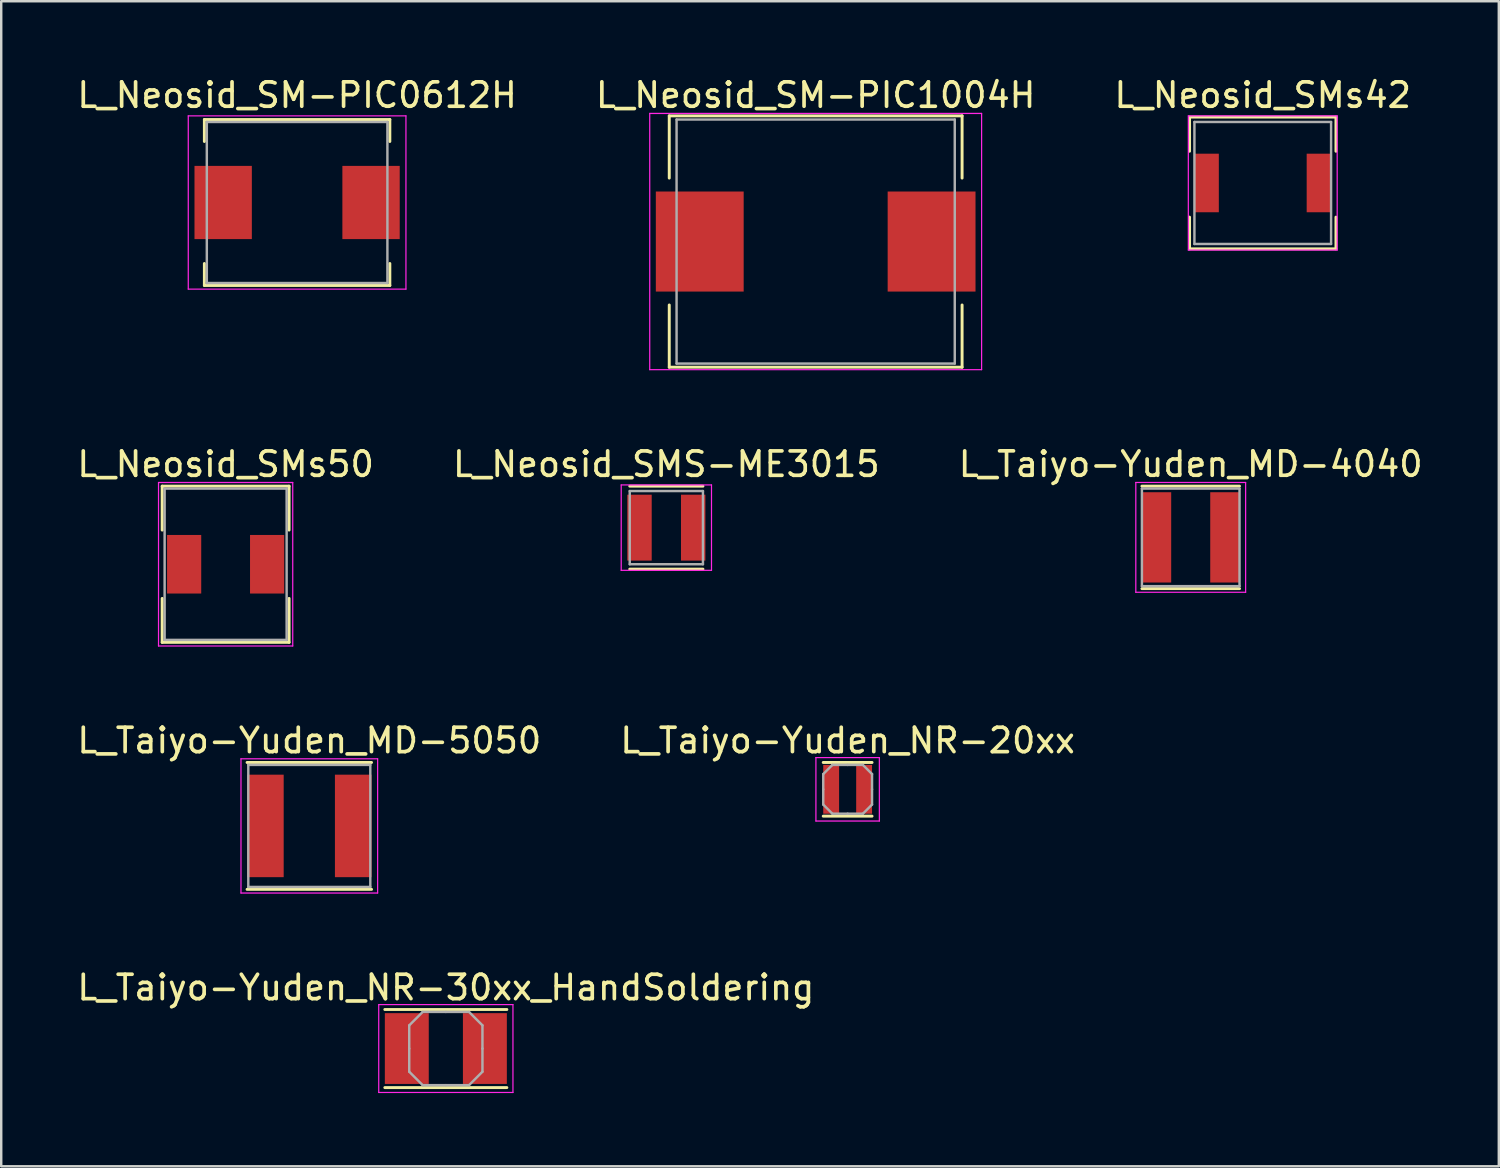
<source format=kicad_pcb>
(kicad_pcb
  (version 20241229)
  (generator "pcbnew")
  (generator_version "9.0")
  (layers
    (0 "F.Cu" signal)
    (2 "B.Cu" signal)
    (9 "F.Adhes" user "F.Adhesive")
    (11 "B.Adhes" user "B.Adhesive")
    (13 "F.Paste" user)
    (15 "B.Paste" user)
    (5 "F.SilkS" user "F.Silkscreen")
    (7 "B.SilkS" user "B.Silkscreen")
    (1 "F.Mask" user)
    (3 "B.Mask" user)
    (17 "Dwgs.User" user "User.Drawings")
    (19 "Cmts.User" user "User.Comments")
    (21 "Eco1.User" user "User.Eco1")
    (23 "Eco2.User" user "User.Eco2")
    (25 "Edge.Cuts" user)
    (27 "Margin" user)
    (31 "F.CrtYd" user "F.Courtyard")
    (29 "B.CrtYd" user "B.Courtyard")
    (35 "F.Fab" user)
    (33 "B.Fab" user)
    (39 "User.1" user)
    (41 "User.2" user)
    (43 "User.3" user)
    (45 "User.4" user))
  (footprint "L_Neosid_SMS-ME3015"
    (layer "F.Cu")
    (at 24.256 18.572)
    (property "Reference" "L_Neosid_SMS-ME3015" (at 0 -2.6 0) (layer "F.SilkS") (effects (font (size 1 1) (thickness 0.15))))
    (attr smd)
    (fp_line (start 1.5 -1.7) (end -1.5 -1.7) (stroke (width 0.12) (type solid)) (layer "F.SilkS"))
    (fp_line (start 1.5 1.7) (end -1.5 1.7) (stroke (width 0.12) (type solid)) (layer "F.SilkS"))
    (fp_line (start -1.85 -1.75) (end -1.85 1.75) (stroke (width 0.05) (type solid)) (layer "F.CrtYd"))
    (fp_line (start -1.85 -1.75) (end 1.85 -1.75) (stroke (width 0.05) (type solid)) (layer "F.CrtYd"))
    (fp_line (start 1.85 1.75) (end -1.85 1.75) (stroke (width 0.05) (type solid)) (layer "F.CrtYd"))
    (fp_line (start 1.85 1.75) (end 1.85 -1.75) (stroke (width 0.05) (type solid)) (layer "F.CrtYd"))
    (fp_line (start -1.5 -1.5) (end -1.5 1.5) (stroke (width 0.1) (type solid)) (layer "F.Fab"))
    (fp_line (start -1.5 1.5) (end 1.5 1.5) (stroke (width 0.1) (type solid)) (layer "F.Fab"))
    (fp_line (start 1.5 -1.5) (end -1.5 -1.5) (stroke (width 0.1) (type solid)) (layer "F.Fab"))
    (fp_line (start 1.5 1.5) (end 1.5 -1.5) (stroke (width 0.1) (type solid)) (layer "F.Fab"))
    (pad "1" smd rect (at -1.1 0) (size 1 2.7) (layers "F.Cu" "F.Mask" "F.Paste"))
    (pad "2" smd rect (at 1.1 0) (size 1 2.7) (layers "F.Cu" "F.Mask" "F.Paste")))
  (footprint "L_Neosid_SM-PIC0612H"
    (layer "F.Cu")
    (at 9.125 5.248)
    (property "Reference" "L_Neosid_SM-PIC0612H" (at 0 -4.4 0) (layer "F.SilkS") (effects (font (size 1 1) (thickness 0.15))))
    (attr smd)
    (fp_line (start -3.8 -3.4) (end -3.8 -2.5) (stroke (width 0.12) (type solid)) (layer "F.SilkS"))
    (fp_line (start -3.8 2.5) (end -3.8 3.4) (stroke (width 0.12) (type solid)) (layer "F.SilkS"))
    (fp_line (start -3.8 3.4) (end 3.8 3.4) (stroke (width 0.12) (type solid)) (layer "F.SilkS"))
    (fp_line (start 3.8 -3.4) (end -3.8 -3.4) (stroke (width 0.12) (type solid)) (layer "F.SilkS"))
    (fp_line (start 3.8 -2.5) (end 3.8 -3.4) (stroke (width 0.12) (type solid)) (layer "F.SilkS"))
    (fp_line (start 3.8 3.4) (end 3.8 2.5) (stroke (width 0.12) (type solid)) (layer "F.SilkS"))
    (fp_line (start -4.46 -3.55) (end -4.46 3.55) (stroke (width 0.05) (type solid)) (layer "F.CrtYd"))
    (fp_line (start -4.46 -3.55) (end 4.46 -3.55) (stroke (width 0.05) (type solid)) (layer "F.CrtYd"))
    (fp_line (start 4.46 3.55) (end -4.46 3.55) (stroke (width 0.05) (type solid)) (layer "F.CrtYd"))
    (fp_line (start 4.46 3.55) (end 4.46 -3.55) (stroke (width 0.05) (type solid)) (layer "F.CrtYd"))
    (fp_line (start -3.7 -3.3) (end 3.7 -3.3) (stroke (width 0.1) (type solid)) (layer "F.Fab"))
    (fp_line (start -3.7 3.3) (end -3.7 -3.3) (stroke (width 0.1) (type solid)) (layer "F.Fab"))
    (fp_line (start 3.7 -3.3) (end 3.7 3.3) (stroke (width 0.1) (type solid)) (layer "F.Fab"))
    (fp_line (start 3.7 3.3) (end -3.7 3.3) (stroke (width 0.1) (type solid)) (layer "F.Fab"))
    (pad "1" smd rect (at -3.03 0) (size 2.35 3) (layers "F.Cu" "F.Mask" "F.Paste"))
    (pad "2" smd rect (at 3.03 0) (size 2.35 3) (layers "F.Cu" "F.Mask" "F.Paste")))
  (footprint "L_Taiyo-Yuden_NR-30xx_HandSoldering"
    (layer "F.Cu")
    (at 15.22 39.918)
    (property "Reference" "L_Taiyo-Yuden_NR-30xx_HandSoldering" (at 0 -2.5 0) (layer "F.SilkS") (effects (font (size 1 1) (thickness 0.15))))
    (attr smd)
    (fp_line (start -2.5 -1.6) (end 2.5 -1.6) (stroke (width 0.12) (type solid)) (layer "F.SilkS"))
    (fp_line (start -2.5 1.6) (end 2.5 1.6) (stroke (width 0.12) (type solid)) (layer "F.SilkS"))
    (fp_line (start -2.75 -1.8) (end -2.75 1.8) (stroke (width 0.05) (type solid)) (layer "F.CrtYd"))
    (fp_line (start -2.75 1.8) (end 2.75 1.8) (stroke (width 0.05) (type solid)) (layer "F.CrtYd"))
    (fp_line (start 2.75 -1.8) (end -2.75 -1.8) (stroke (width 0.05) (type solid)) (layer "F.CrtYd"))
    (fp_line (start 2.75 1.8) (end 2.75 -1.8) (stroke (width 0.05) (type solid)) (layer "F.CrtYd"))
    (fp_line (start -1.5 -0.95) (end -0.95 -1.5) (stroke (width 0.1) (type solid)) (layer "F.Fab"))
    (fp_line (start -1.5 0) (end -1.5 -0.95) (stroke (width 0.1) (type solid)) (layer "F.Fab"))
    (fp_line (start -1.5 0) (end -1.5 0.95) (stroke (width 0.1) (type solid)) (layer "F.Fab"))
    (fp_line (start -1.5 0.95) (end -0.95 1.5) (stroke (width 0.1) (type solid)) (layer "F.Fab"))
    (fp_line (start -0.95 -1.5) (end 0 -1.5) (stroke (width 0.1) (type solid)) (layer "F.Fab"))
    (fp_line (start -0.95 1.5) (end 0 1.5) (stroke (width 0.1) (type solid)) (layer "F.Fab"))
    (fp_line (start 0.95 -1.5) (end 0 -1.5) (stroke (width 0.1) (type solid)) (layer "F.Fab"))
    (fp_line (start 0.95 1.5) (end 0 1.5) (stroke (width 0.1) (type solid)) (layer "F.Fab"))
    (fp_line (start 1.5 -0.95) (end 0.95 -1.5) (stroke (width 0.1) (type solid)) (layer "F.Fab"))
    (fp_line (start 1.5 0) (end 1.5 -0.95) (stroke (width 0.1) (type solid)) (layer "F.Fab"))
    (fp_line (start 1.5 0) (end 1.5 0.95) (stroke (width 0.1) (type solid)) (layer "F.Fab"))
    (fp_line (start 1.5 0.95) (end 0.95 1.5) (stroke (width 0.1) (type solid)) (layer "F.Fab"))
    (pad "1" smd rect (at -1.6 0) (size 1.8 2.9) (layers "F.Cu" "F.Mask" "F.Paste"))
    (pad "2" smd rect (at 1.6 0) (size 1.8 2.9) (layers "F.Cu" "F.Mask" "F.Paste")))
  (footprint "L_Neosid_SMs50"
    (layer "F.Cu")
    (at 6.196 20.072)
    (property "Reference" "L_Neosid_SMs50" (at 0 -4.1 0) (layer "F.SilkS") (effects (font (size 1 1) (thickness 0.15))))
    (attr smd)
    (fp_line (start -2.6 -3.2) (end 2.6 -3.2) (stroke (width 0.12) (type solid)) (layer "F.SilkS"))
    (fp_line (start -2.6 -1.4) (end -2.6 -3.2) (stroke (width 0.12) (type solid)) (layer "F.SilkS"))
    (fp_line (start -2.6 3.2) (end -2.6 1.4) (stroke (width 0.12) (type solid)) (layer "F.SilkS"))
    (fp_line (start 2.6 -3.2) (end 2.6 -1.4) (stroke (width 0.12) (type solid)) (layer "F.SilkS"))
    (fp_line (start 2.6 1.4) (end 2.6 3.2) (stroke (width 0.12) (type solid)) (layer "F.SilkS"))
    (fp_line (start 2.6 3.2) (end -2.6 3.2) (stroke (width 0.12) (type solid)) (layer "F.SilkS"))
    (fp_line (start -2.75 -3.35) (end -2.75 3.35) (stroke (width 0.05) (type solid)) (layer "F.CrtYd"))
    (fp_line (start -2.75 -3.35) (end 2.75 -3.35) (stroke (width 0.05) (type solid)) (layer "F.CrtYd"))
    (fp_line (start 2.75 3.35) (end -2.75 3.35) (stroke (width 0.05) (type solid)) (layer "F.CrtYd"))
    (fp_line (start 2.75 3.35) (end 2.75 -3.35) (stroke (width 0.05) (type solid)) (layer "F.CrtYd"))
    (fp_line (start -2.5 -3.1) (end 2.5 -3.1) (stroke (width 0.1) (type solid)) (layer "F.Fab"))
    (fp_line (start -2.5 3.1) (end -2.5 -3.1) (stroke (width 0.1) (type solid)) (layer "F.Fab"))
    (fp_line (start 2.5 -3.1) (end 2.5 3.1) (stroke (width 0.1) (type solid)) (layer "F.Fab"))
    (fp_line (start 2.5 3.1) (end -2.5 3.1) (stroke (width 0.1) (type solid)) (layer "F.Fab"))
    (pad "1" smd rect (at -1.7 0) (size 1.4 2.4) (layers "F.Cu" "F.Mask" "F.Paste"))
    (pad "2" smd rect (at 1.7 0) (size 1.4 2.4) (layers "F.Cu" "F.Mask" "F.Paste")))
  (footprint "L_Taiyo-Yuden_MD-5050"
    (layer "F.Cu")
    (at 9.625 30.795)
    (property "Reference" "L_Taiyo-Yuden_MD-5050" (at 0 -3.5 0) (layer "F.SilkS") (effects (font (size 1 1) (thickness 0.15))))
    (attr smd)
    (fp_line (start -2.55 -2.6) (end 2.55 -2.6) (stroke (width 0.12) (type solid)) (layer "F.SilkS"))
    (fp_line (start -2.55 2.6) (end 2.55 2.6) (stroke (width 0.12) (type solid)) (layer "F.SilkS"))
    (fp_line (start -2.8 -2.75) (end -2.8 2.75) (stroke (width 0.05) (type solid)) (layer "F.CrtYd"))
    (fp_line (start -2.8 2.75) (end 2.8 2.75) (stroke (width 0.05) (type solid)) (layer "F.CrtYd"))
    (fp_line (start 2.8 -2.75) (end -2.8 -2.75) (stroke (width 0.05) (type solid)) (layer "F.CrtYd"))
    (fp_line (start 2.8 2.75) (end 2.8 -2.75) (stroke (width 0.05) (type solid)) (layer "F.CrtYd"))
    (fp_line (start -2.5 -2.5) (end -2.5 2.5) (stroke (width 0.1) (type solid)) (layer "F.Fab"))
    (fp_line (start -2.5 2.5) (end 2.5 2.5) (stroke (width 0.1) (type solid)) (layer "F.Fab"))
    (fp_line (start 2.5 -2.5) (end -2.5 -2.5) (stroke (width 0.1) (type solid)) (layer "F.Fab"))
    (fp_line (start 2.5 2.5) (end 2.5 -2.5) (stroke (width 0.1) (type solid)) (layer "F.Fab"))
    (pad "1" smd rect (at -1.8 0) (size 1.5 4.2) (layers "F.Cu" "F.Mask" "F.Paste"))
    (pad "2" smd rect (at 1.8 0) (size 1.5 4.2) (layers "F.Cu" "F.Mask" "F.Paste")))
  (footprint "L_Taiyo-Yuden_MD-4040"
    (layer "F.Cu")
    (at 45.744 18.971)
    (property "Reference" "L_Taiyo-Yuden_MD-4040" (at 0 -3 0) (layer "F.SilkS") (effects (font (size 1 1) (thickness 0.15))))
    (attr smd)
    (fp_line (start -2 -2.1) (end 2 -2.1) (stroke (width 0.12) (type solid)) (layer "F.SilkS"))
    (fp_line (start -2 2.1) (end 2 2.1) (stroke (width 0.12) (type solid)) (layer "F.SilkS"))
    (fp_line (start -2.25 -2.25) (end -2.25 2.25) (stroke (width 0.05) (type solid)) (layer "F.CrtYd"))
    (fp_line (start -2.25 2.25) (end 2.25 2.25) (stroke (width 0.05) (type solid)) (layer "F.CrtYd"))
    (fp_line (start 2.25 -2.25) (end -2.25 -2.25) (stroke (width 0.05) (type solid)) (layer "F.CrtYd"))
    (fp_line (start 2.25 2.25) (end 2.25 -2.25) (stroke (width 0.05) (type solid)) (layer "F.CrtYd"))
    (fp_line (start -2 -2) (end -2 2) (stroke (width 0.1) (type solid)) (layer "F.Fab"))
    (fp_line (start -2 2) (end 2 2) (stroke (width 0.1) (type solid)) (layer "F.Fab"))
    (fp_line (start 2 -2) (end -2 -2) (stroke (width 0.1) (type solid)) (layer "F.Fab"))
    (fp_line (start 2 2) (end 2 -2) (stroke (width 0.1) (type solid)) (layer "F.Fab"))
    (pad "1" smd rect (at -1.4 0) (size 1.2 3.7) (layers "F.Cu" "F.Mask" "F.Paste"))
    (pad "2" smd rect (at 1.4 0) (size 1.2 3.7) (layers "F.Cu" "F.Mask" "F.Paste")))
  (footprint "L_Taiyo-Yuden_NR-20xx"
    (layer "F.Cu")
    (at 31.685 29.295)
    (property "Reference" "L_Taiyo-Yuden_NR-20xx" (at 0 -2 0) (layer "F.SilkS") (effects (font (size 1 1) (thickness 0.15))))
    (attr smd)
    (fp_line (start -1 -1.1) (end 1 -1.1) (stroke (width 0.12) (type solid)) (layer "F.SilkS"))
    (fp_line (start -1 1.1) (end 1 1.1) (stroke (width 0.12) (type solid)) (layer "F.SilkS"))
    (fp_line (start -1.3 -1.3) (end -1.3 1.3) (stroke (width 0.05) (type solid)) (layer "F.CrtYd"))
    (fp_line (start -1.3 1.3) (end 1.3 1.3) (stroke (width 0.05) (type solid)) (layer "F.CrtYd"))
    (fp_line (start 1.3 -1.3) (end -1.3 -1.3) (stroke (width 0.05) (type solid)) (layer "F.CrtYd"))
    (fp_line (start 1.3 1.3) (end 1.3 -1.3) (stroke (width 0.05) (type solid)) (layer "F.CrtYd"))
    (fp_line (start -1 -0.625) (end -0.625 -1) (stroke (width 0.1) (type solid)) (layer "F.Fab"))
    (fp_line (start -1 0) (end -1 -0.625) (stroke (width 0.1) (type solid)) (layer "F.Fab"))
    (fp_line (start -1 0) (end -1 0.625) (stroke (width 0.1) (type solid)) (layer "F.Fab"))
    (fp_line (start -1 0.625) (end -0.625 1) (stroke (width 0.1) (type solid)) (layer "F.Fab"))
    (fp_line (start -0.625 -1) (end 0 -1) (stroke (width 0.1) (type solid)) (layer "F.Fab"))
    (fp_line (start -0.625 1) (end 0 1) (stroke (width 0.1) (type solid)) (layer "F.Fab"))
    (fp_line (start 0.625 -1) (end 0 -1) (stroke (width 0.1) (type solid)) (layer "F.Fab"))
    (fp_line (start 0.625 1) (end 0 1) (stroke (width 0.1) (type solid)) (layer "F.Fab"))
    (fp_line (start 1 -0.625) (end 0.625 -1) (stroke (width 0.1) (type solid)) (layer "F.Fab"))
    (fp_line (start 1 0) (end 1 -0.625) (stroke (width 0.1) (type solid)) (layer "F.Fab"))
    (fp_line (start 1 0) (end 1 0.625) (stroke (width 0.1) (type solid)) (layer "F.Fab"))
    (fp_line (start 1 0.625) (end 0.625 1) (stroke (width 0.1) (type solid)) (layer "F.Fab"))
    (pad "1" smd rect (at -0.675 0) (size 0.65 2) (layers "F.Cu" "F.Mask" "F.Paste"))
    (pad "2" smd rect (at 0.675 0) (size 0.65 2) (layers "F.Cu" "F.Mask" "F.Paste")))
  (footprint "L_Neosid_SMs42"
    (layer "F.Cu")
    (at 48.696 4.448)
    (property "Reference" "L_Neosid_SMs42" (at 0 -3.6 0) (layer "F.SilkS") (effects (font (size 1 1) (thickness 0.15))))
    (attr smd)
    (fp_line (start -3 -2.7) (end 3 -2.7) (stroke (width 0.12) (type solid)) (layer "F.SilkS"))
    (fp_line (start -3 -1.3) (end -3 -2.7) (stroke (width 0.12) (type solid)) (layer "F.SilkS"))
    (fp_line (start -3 2.7) (end -3 1.4) (stroke (width 0.12) (type solid)) (layer "F.SilkS"))
    (fp_line (start 3 -2.7) (end 3 -1.3) (stroke (width 0.12) (type solid)) (layer "F.SilkS"))
    (fp_line (start 3 1.4) (end 3 2.7) (stroke (width 0.12) (type solid)) (layer "F.SilkS"))
    (fp_line (start 3 2.7) (end -3 2.7) (stroke (width 0.12) (type solid)) (layer "F.SilkS"))
    (fp_line (start -3.05 -2.75) (end -3.05 2.75) (stroke (width 0.05) (type solid)) (layer "F.CrtYd"))
    (fp_line (start -3.05 -2.75) (end 3.05 -2.75) (stroke (width 0.05) (type solid)) (layer "F.CrtYd"))
    (fp_line (start 3.05 2.75) (end -3.05 2.75) (stroke (width 0.05) (type solid)) (layer "F.CrtYd"))
    (fp_line (start 3.05 2.75) (end 3.05 -2.75) (stroke (width 0.05) (type solid)) (layer "F.CrtYd"))
    (fp_line (start -2.8 -2.5) (end 2.8 -2.5) (stroke (width 0.1) (type solid)) (layer "F.Fab"))
    (fp_line (start -2.8 2.5) (end -2.8 -2.5) (stroke (width 0.1) (type solid)) (layer "F.Fab"))
    (fp_line (start 2.8 -2.5) (end 2.8 2.5) (stroke (width 0.1) (type solid)) (layer "F.Fab"))
    (fp_line (start 2.8 2.5) (end -2.8 2.5) (stroke (width 0.1) (type solid)) (layer "F.Fab"))
    (pad "1" smd rect (at -2.3 0) (size 1 2.4) (layers "F.Cu" "F.Mask" "F.Paste"))
    (pad "2" smd rect (at 2.3 0) (size 1 2.4) (layers "F.Cu" "F.Mask" "F.Paste")))
  (footprint "L_Neosid_SM-PIC1004H"
    (layer "F.Cu")
    (at 30.375 6.848)
    (property "Reference" "L_Neosid_SM-PIC1004H" (at 0 -6 0) (layer "F.SilkS") (effects (font (size 1 1) (thickness 0.15))))
    (attr smd)
    (fp_line (start -6 -5.15) (end -6 -2.6) (stroke (width 0.12) (type solid)) (layer "F.SilkS"))
    (fp_line (start -6 2.6) (end -6 5.15) (stroke (width 0.12) (type solid)) (layer "F.SilkS"))
    (fp_line (start -6 5.15) (end 6 5.15) (stroke (width 0.12) (type solid)) (layer "F.SilkS"))
    (fp_line (start 6 -5.15) (end -6 -5.15) (stroke (width 0.12) (type solid)) (layer "F.SilkS"))
    (fp_line (start 6 -2.6) (end 6 -5.15) (stroke (width 0.12) (type solid)) (layer "F.SilkS"))
    (fp_line (start 6 5.15) (end 6 2.6) (stroke (width 0.12) (type solid)) (layer "F.SilkS"))
    (fp_line (start -6.8 -5.25) (end -6.8 5.25) (stroke (width 0.05) (type solid)) (layer "F.CrtYd"))
    (fp_line (start -6.8 -5.25) (end 6.8 -5.25) (stroke (width 0.05) (type solid)) (layer "F.CrtYd"))
    (fp_line (start 6.8 5.25) (end -6.8 5.25) (stroke (width 0.05) (type solid)) (layer "F.CrtYd"))
    (fp_line (start 6.8 5.25) (end 6.8 -5.25) (stroke (width 0.05) (type solid)) (layer "F.CrtYd"))
    (fp_line (start -5.7 -5) (end 5.7 -5) (stroke (width 0.1) (type solid)) (layer "F.Fab"))
    (fp_line (start -5.7 5) (end -5.7 -5) (stroke (width 0.1) (type solid)) (layer "F.Fab"))
    (fp_line (start 5.7 -5) (end 5.7 5) (stroke (width 0.1) (type solid)) (layer "F.Fab"))
    (fp_line (start 5.7 5) (end -5.7 5) (stroke (width 0.1) (type solid)) (layer "F.Fab"))
    (pad "1" smd rect (at -4.75 0) (size 3.6 4.1) (layers "F.Cu" "F.Mask" "F.Paste"))
    (pad "2" smd rect (at 4.75 0) (size 3.6 4.1) (layers "F.Cu" "F.Mask" "F.Paste")))
  (gr_rect
    (start -3 -3)
    (end 58.369 44.743)
    (stroke (width 0.1) (type default))
    (fill no)
    (layer "Edge.Cuts")))
</source>
